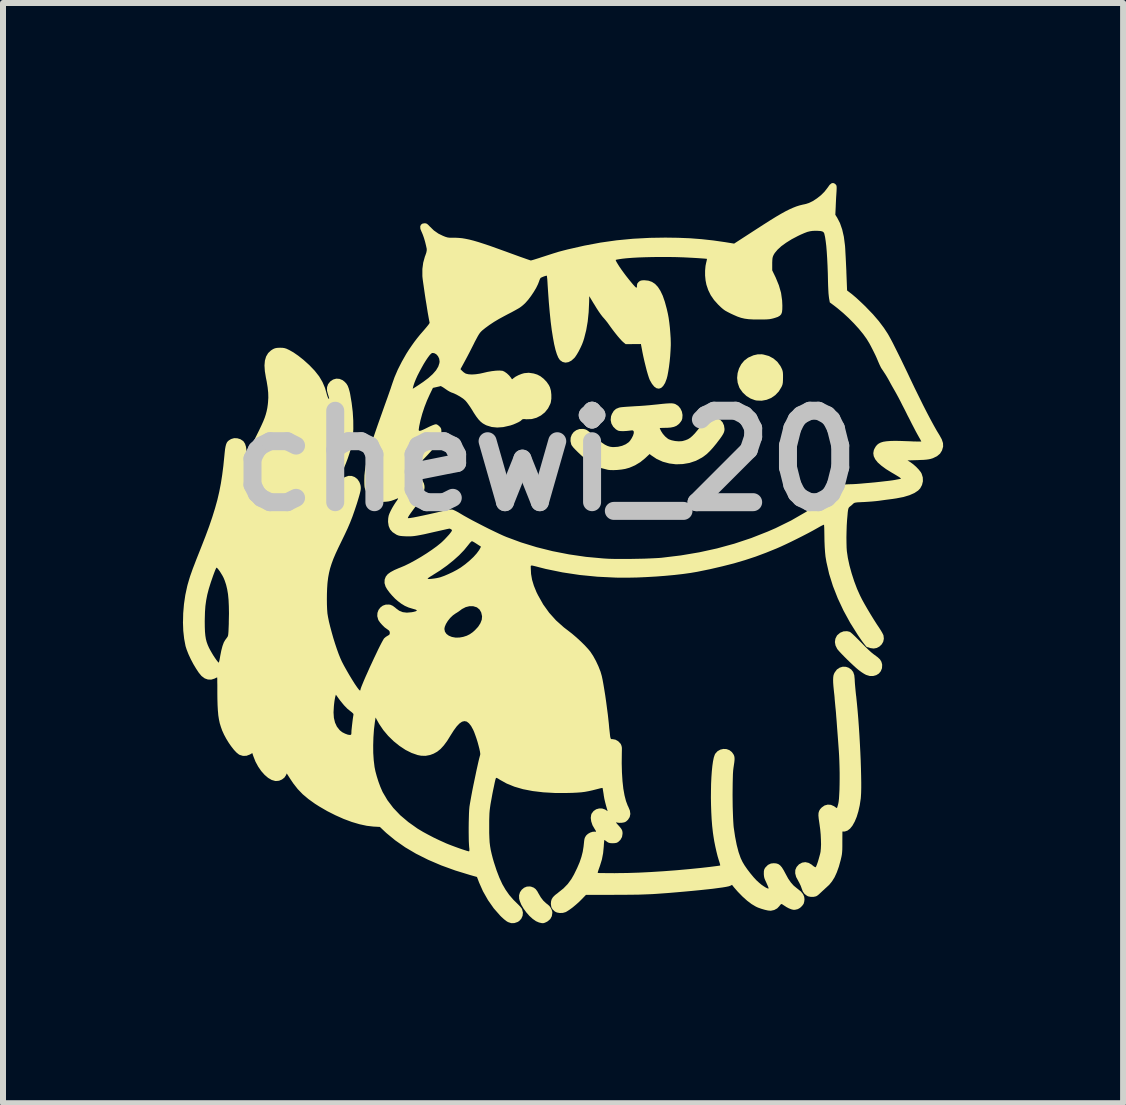
<source format=kicad_pcb>
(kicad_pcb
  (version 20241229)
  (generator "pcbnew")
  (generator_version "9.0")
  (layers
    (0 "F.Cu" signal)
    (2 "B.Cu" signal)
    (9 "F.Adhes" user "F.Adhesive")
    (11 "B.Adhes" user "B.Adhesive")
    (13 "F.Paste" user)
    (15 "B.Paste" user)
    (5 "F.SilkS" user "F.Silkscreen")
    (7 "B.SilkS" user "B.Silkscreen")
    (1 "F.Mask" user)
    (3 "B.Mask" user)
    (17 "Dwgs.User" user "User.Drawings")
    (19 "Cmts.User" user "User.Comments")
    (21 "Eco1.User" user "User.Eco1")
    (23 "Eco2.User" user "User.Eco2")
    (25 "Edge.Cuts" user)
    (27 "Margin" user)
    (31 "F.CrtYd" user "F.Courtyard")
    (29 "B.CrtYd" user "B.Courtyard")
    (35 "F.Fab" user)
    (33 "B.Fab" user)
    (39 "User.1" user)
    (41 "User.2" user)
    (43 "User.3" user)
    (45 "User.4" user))
  (footprint "chewi_20"
    (layer "F.Cu")
    (at 6.058 4.632)
    (property "Reference" "chewi_20" (at 0 0 0) (layer "Dwgs.User") (effects (font (size 1.524 1.524) (thickness 0.3))))
    (attr board_only exclude_from_pos_files exclude_from_bom)
    (fp_poly (pts (xy -0.251 7.1) (xy -0.211 7.115) (xy -0.179 7.139) (xy -0.151 7.176) (xy -0.13 7.214) (xy -0.093 7.277) (xy -0.05 7.333) (xy -0.004 7.376) (xy 0.015 7.39) (xy 0.05 7.42) (xy 0.078 7.46) (xy 0.096 7.504) (xy 0.1 7.533) (xy 0.091 7.591) (xy 0.065 7.639) (xy 0.021 7.677) (xy -0.005 7.691) (xy -0.033 7.703) (xy -0.055 7.708) (xy -0.08 7.706) (xy -0.114 7.698) (xy -0.123 7.696) (xy -0.174 7.674) (xy -0.228 7.636) (xy -0.282 7.587) (xy -0.334 7.528) (xy -0.38 7.465) (xy -0.418 7.4) (xy -0.444 7.336) (xy -0.454 7.298) (xy -0.455 7.243) (xy -0.44 7.192) (xy -0.411 7.15) (xy -0.372 7.117) (xy -0.326 7.098) (xy -0.274 7.095)) (stroke (width 0) (type solid)) (fill yes) (layer "F.SilkS"))
    (fp_poly (pts (xy 3.618 -1.772) (xy 3.707 -1.748) (xy 3.784 -1.707) (xy 3.85 -1.651) (xy 3.902 -1.58) (xy 3.917 -1.551) (xy 3.93 -1.523) (xy 3.938 -1.498) (xy 3.943 -1.47) (xy 3.945 -1.433) (xy 3.945 -1.39) (xy 3.944 -1.34) (xy 3.942 -1.304) (xy 3.937 -1.275) (xy 3.928 -1.249) (xy 3.919 -1.23) (xy 3.874 -1.156) (xy 3.816 -1.095) (xy 3.748 -1.048) (xy 3.671 -1.017) (xy 3.59 -1.002) (xy 3.506 -1.005) (xy 3.477 -1.011) (xy 3.404 -1.038) (xy 3.335 -1.081) (xy 3.274 -1.138) (xy 3.227 -1.203) (xy 3.215 -1.225) (xy 3.189 -1.302) (xy 3.18 -1.382) (xy 3.188 -1.462) (xy 3.211 -1.539) (xy 3.248 -1.609) (xy 3.298 -1.67) (xy 3.361 -1.718) (xy 3.377 -1.726) (xy 3.452 -1.759) (xy 3.522 -1.775) (xy 3.592 -1.776)) (stroke (width 0) (type solid)) (fill yes) (layer "F.SilkS"))
    (fp_poly (pts (xy 5.056 2.85) (xy 5.072 2.86) (xy 5.099 2.883) (xy 5.135 2.917) (xy 5.179 2.96) (xy 5.228 3.009) (xy 5.243 3.024) (xy 5.309 3.092) (xy 5.368 3.149) (xy 5.419 3.195) (xy 5.459 3.227) (xy 5.47 3.235) (xy 5.524 3.275) (xy 5.562 3.311) (xy 5.585 3.349) (xy 5.596 3.389) (xy 5.598 3.4) (xy 5.595 3.457) (xy 5.575 3.507) (xy 5.543 3.546) (xy 5.499 3.573) (xy 5.448 3.587) (xy 5.391 3.587) (xy 5.331 3.569) (xy 5.325 3.566) (xy 5.294 3.549) (xy 5.255 3.524) (xy 5.214 3.494) (xy 5.2 3.483) (xy 5.162 3.451) (xy 5.117 3.41) (xy 5.067 3.363) (xy 5.016 3.314) (xy 4.967 3.265) (xy 4.922 3.219) (xy 4.884 3.178) (xy 4.857 3.147) (xy 4.847 3.133) (xy 4.82 3.078) (xy 4.81 3.021) (xy 4.818 2.965) (xy 4.843 2.915) (xy 4.853 2.903) (xy 4.899 2.865) (xy 4.954 2.843) (xy 5.012 2.84)) (stroke (width 0) (type solid)) (fill yes) (layer "F.SilkS"))
    (fp_poly (pts (xy 4.994 3.434) (xy 5.038 3.449) (xy 5.083 3.48) (xy 5.115 3.521) (xy 5.133 3.574) (xy 5.14 3.642) (xy 5.14 3.646) (xy 5.141 3.674) (xy 5.144 3.719) (xy 5.149 3.775) (xy 5.155 3.839) (xy 5.162 3.907) (xy 5.165 3.926) (xy 5.177 4.044) (xy 5.189 4.171) (xy 5.2 4.304) (xy 5.21 4.442) (xy 5.219 4.582) (xy 5.227 4.723) (xy 5.234 4.862) (xy 5.24 4.996) (xy 5.244 5.125) (xy 5.247 5.246) (xy 5.249 5.356) (xy 5.249 5.454) (xy 5.247 5.537) (xy 5.243 5.603) (xy 5.241 5.629) (xy 5.224 5.742) (xy 5.201 5.844) (xy 5.173 5.936) (xy 5.14 6.015) (xy 5.103 6.081) (xy 5.063 6.131) (xy 5.02 6.164) (xy 4.976 6.179) (xy 4.963 6.18) (xy 4.935 6.18) (xy 4.934 6.363) (xy 4.934 6.431) (xy 4.933 6.484) (xy 4.93 6.527) (xy 4.926 6.564) (xy 4.919 6.6) (xy 4.91 6.639) (xy 4.907 6.653) (xy 4.876 6.765) (xy 4.842 6.86) (xy 4.805 6.941) (xy 4.763 7.009) (xy 4.715 7.068) (xy 4.678 7.102) (xy 4.641 7.136) (xy 4.602 7.172) (xy 4.57 7.202) (xy 4.541 7.229) (xy 4.514 7.25) (xy 4.495 7.26) (xy 4.454 7.269) (xy 4.408 7.269) (xy 4.366 7.261) (xy 4.345 7.251) (xy 4.304 7.22) (xy 4.276 7.181) (xy 4.256 7.129) (xy 4.255 7.125) (xy 4.24 7.084) (xy 4.218 7.038) (xy 4.2 7.005) (xy 4.164 6.938) (xy 4.148 6.876) (xy 4.15 6.82) (xy 4.171 6.771) (xy 4.21 6.728) (xy 4.214 6.725) (xy 4.264 6.698) (xy 4.317 6.69) (xy 4.371 6.702) (xy 4.423 6.732) (xy 4.434 6.742) (xy 4.461 6.763) (xy 4.482 6.774) (xy 4.49 6.774) (xy 4.499 6.758) (xy 4.511 6.728) (xy 4.525 6.688) (xy 4.539 6.641) (xy 4.552 6.594) (xy 4.564 6.55) (xy 4.571 6.516) (xy 4.576 6.462) (xy 4.579 6.393) (xy 4.577 6.314) (xy 4.573 6.229) (xy 4.565 6.144) (xy 4.554 6.062) (xy 4.55 6.035) (xy 4.54 5.966) (xy 4.535 5.912) (xy 4.537 5.87) (xy 4.547 5.836) (xy 4.564 5.807) (xy 4.59 5.779) (xy 4.591 5.778) (xy 4.638 5.745) (xy 4.691 5.731) (xy 4.744 5.735) (xy 4.796 5.758) (xy 4.807 5.766) (xy 4.828 5.781) (xy 4.842 5.788) (xy 4.844 5.789) (xy 4.848 5.778) (xy 4.856 5.753) (xy 4.865 5.72) (xy 4.872 5.684) (xy 4.878 5.631) (xy 4.882 5.563) (xy 4.886 5.484) (xy 4.888 5.395) (xy 4.889 5.3) (xy 4.889 5.202) (xy 4.887 5.102) (xy 4.884 5.004) (xy 4.88 4.911) (xy 4.876 4.845) (xy 4.865 4.692) (xy 4.855 4.558) (xy 4.846 4.442) (xy 4.839 4.343) (xy 4.832 4.26) (xy 4.827 4.191) (xy 4.822 4.137) (xy 4.82 4.12) (xy 4.815 4.067) (xy 4.81 4.014) (xy 4.806 3.968) (xy 4.805 3.95) (xy 4.801 3.906) (xy 4.795 3.854) (xy 4.79 3.805) (xy 4.785 3.754) (xy 4.781 3.697) (xy 4.78 3.65) (xy 4.782 3.606) (xy 4.787 3.574) (xy 4.798 3.544) (xy 4.808 3.526) (xy 4.843 3.479) (xy 4.889 3.448) (xy 4.94 3.432)) (stroke (width 0) (type solid)) (fill yes) (layer "F.SilkS"))
    (fp_poly (pts (xy 2.114 -0.956) (xy 2.139 -0.95) (xy 2.152 -0.945) (xy 2.198 -0.916) (xy 2.234 -0.873) (xy 2.259 -0.821) (xy 2.27 -0.764) (xy 2.266 -0.707) (xy 2.257 -0.677) (xy 2.241 -0.652) (xy 2.217 -0.622) (xy 2.203 -0.609) (xy 2.168 -0.583) (xy 2.126 -0.566) (xy 2.074 -0.555) (xy 2.008 -0.55) (xy 1.975 -0.55) (xy 1.936 -0.549) (xy 1.907 -0.548) (xy 1.891 -0.546) (xy 1.89 -0.545) (xy 1.894 -0.533) (xy 1.905 -0.511) (xy 1.91 -0.499) (xy 1.941 -0.451) (xy 1.98 -0.406) (xy 2.022 -0.371) (xy 2.041 -0.359) (xy 2.089 -0.342) (xy 2.147 -0.33) (xy 2.207 -0.325) (xy 2.261 -0.328) (xy 2.275 -0.331) (xy 2.32 -0.344) (xy 2.36 -0.36) (xy 2.397 -0.383) (xy 2.434 -0.415) (xy 2.475 -0.457) (xy 2.521 -0.512) (xy 2.555 -0.555) (xy 2.592 -0.602) (xy 2.627 -0.642) (xy 2.656 -0.674) (xy 2.678 -0.693) (xy 2.684 -0.697) (xy 2.743 -0.718) (xy 2.801 -0.721) (xy 2.855 -0.709) (xy 2.901 -0.681) (xy 2.938 -0.641) (xy 2.961 -0.589) (xy 2.97 -0.53) (xy 2.968 -0.504) (xy 2.961 -0.477) (xy 2.947 -0.447) (xy 2.925 -0.411) (xy 2.894 -0.367) (xy 2.851 -0.311) (xy 2.837 -0.292) (xy 2.777 -0.219) (xy 2.723 -0.16) (xy 2.673 -0.112) (xy 2.622 -0.073) (xy 2.594 -0.054) (xy 2.494 -0.001) (xy 2.387 0.035) (xy 2.275 0.054) (xy 2.161 0.058) (xy 2.049 0.044) (xy 1.941 0.015) (xy 1.839 -0.031) (xy 1.748 -0.092) (xy 1.721 -0.113) (xy 1.644 -0.041) (xy 1.566 0.022) (xy 1.478 0.075) (xy 1.385 0.115) (xy 1.314 0.135) (xy 1.254 0.145) (xy 1.187 0.152) (xy 1.122 0.155) (xy 1.064 0.154) (xy 1.027 0.15) (xy 0.914 0.121) (xy 0.808 0.077) (xy 0.77 0.056) (xy 0.73 0.03) (xy 0.683 -0.005) (xy 0.633 -0.046) (xy 0.582 -0.091) (xy 0.533 -0.137) (xy 0.489 -0.18) (xy 0.452 -0.219) (xy 0.427 -0.251) (xy 0.416 -0.269) (xy 0.402 -0.329) (xy 0.405 -0.386) (xy 0.424 -0.437) (xy 0.456 -0.48) (xy 0.499 -0.511) (xy 0.552 -0.53) (xy 0.611 -0.532) (xy 0.634 -0.528) (xy 0.653 -0.523) (xy 0.673 -0.513) (xy 0.697 -0.497) (xy 0.727 -0.474) (xy 0.766 -0.44) (xy 0.807 -0.403) (xy 0.873 -0.345) (xy 0.928 -0.301) (xy 0.976 -0.269) (xy 1.019 -0.248) (xy 1.061 -0.235) (xy 1.104 -0.229) (xy 1.122 -0.229) (xy 1.194 -0.234) (xy 1.262 -0.25) (xy 1.323 -0.276) (xy 1.371 -0.309) (xy 1.393 -0.332) (xy 1.422 -0.376) (xy 1.444 -0.419) (xy 1.456 -0.456) (xy 1.458 -0.484) (xy 1.456 -0.489) (xy 1.449 -0.501) (xy 1.439 -0.507) (xy 1.42 -0.507) (xy 1.386 -0.503) (xy 1.386 -0.503) (xy 1.339 -0.498) (xy 1.288 -0.495) (xy 1.263 -0.495) (xy 1.225 -0.497) (xy 1.196 -0.503) (xy 1.17 -0.518) (xy 1.159 -0.525) (xy 1.114 -0.569) (xy 1.084 -0.622) (xy 1.072 -0.68) (xy 1.078 -0.742) (xy 1.093 -0.782) (xy 1.123 -0.832) (xy 1.161 -0.866) (xy 1.212 -0.887) (xy 1.221 -0.889) (xy 1.244 -0.893) (xy 1.284 -0.897) (xy 1.336 -0.901) (xy 1.396 -0.905) (xy 1.461 -0.909) (xy 1.472 -0.91) (xy 1.549 -0.914) (xy 1.634 -0.92) (xy 1.718 -0.927) (xy 1.796 -0.935) (xy 1.847 -0.94) (xy 1.929 -0.949) (xy 1.994 -0.955) (xy 2.045 -0.958) (xy 2.084 -0.959)) (stroke (width 0) (type solid)) (fill yes) (layer "F.SilkS"))
    (fp_poly (pts (xy 4.807 -4.621) (xy 4.821 -4.609) (xy 4.831 -4.597) (xy 4.837 -4.584) (xy 4.839 -4.564) (xy 4.839 -4.534) (xy 4.837 -4.491) (xy 4.834 -4.444) (xy 4.83 -4.384) (xy 4.827 -4.319) (xy 4.824 -4.255) (xy 4.824 -4.248) (xy 4.817 -4.101) (xy 4.848 -4.053) (xy 4.894 -3.964) (xy 4.931 -3.858) (xy 4.959 -3.736) (xy 4.977 -3.598) (xy 4.979 -3.58) (xy 4.982 -3.537) (xy 4.985 -3.478) (xy 4.989 -3.407) (xy 4.993 -3.328) (xy 4.997 -3.244) (xy 5.001 -3.16) (xy 5.001 -3.147) (xy 5.013 -2.84) (xy 5.094 -2.778) (xy 5.126 -2.751) (xy 5.169 -2.714) (xy 5.218 -2.669) (xy 5.271 -2.619) (xy 5.323 -2.569) (xy 5.331 -2.56) (xy 5.444 -2.443) (xy 5.542 -2.329) (xy 5.627 -2.216) (xy 5.692 -2.117) (xy 5.712 -2.082) (xy 5.74 -2.031) (xy 5.775 -1.965) (xy 5.815 -1.885) (xy 5.861 -1.793) (xy 5.911 -1.692) (xy 5.964 -1.582) (xy 6.02 -1.466) (xy 6.066 -1.368) (xy 6.14 -1.213) (xy 6.213 -1.065) (xy 6.281 -0.927) (xy 6.346 -0.8) (xy 6.406 -0.686) (xy 6.461 -0.585) (xy 6.509 -0.5) (xy 6.55 -0.433) (xy 6.552 -0.43) (xy 6.591 -0.359) (xy 6.612 -0.296) (xy 6.614 -0.24) (xy 6.614 -0.237) (xy 6.595 -0.172) (xy 6.562 -0.119) (xy 6.512 -0.077) (xy 6.444 -0.044) (xy 6.432 -0.04) (xy 6.402 -0.031) (xy 6.371 -0.025) (xy 6.335 -0.02) (xy 6.289 -0.016) (xy 6.229 -0.014) (xy 6.193 -0.012) (xy 6.02 -0.007) (xy 6.067 0.022) (xy 6.115 0.057) (xy 6.164 0.1) (xy 6.207 0.145) (xy 6.241 0.188) (xy 6.256 0.215) (xy 6.275 0.277) (xy 6.277 0.341) (xy 6.262 0.403) (xy 6.232 0.459) (xy 6.198 0.495) (xy 6.135 0.537) (xy 6.053 0.573) (xy 5.953 0.603) (xy 5.834 0.626) (xy 5.775 0.635) (xy 5.713 0.643) (xy 5.644 0.652) (xy 5.579 0.661) (xy 5.545 0.666) (xy 5.492 0.672) (xy 5.427 0.678) (xy 5.358 0.683) (xy 5.292 0.687) (xy 5.286 0.687) (xy 5.228 0.69) (xy 5.186 0.692) (xy 5.157 0.696) (xy 5.138 0.7) (xy 5.125 0.707) (xy 5.116 0.714) (xy 5.094 0.735) (xy 5.067 0.757) (xy 5.063 0.76) (xy 5.049 0.772) (xy 5.04 0.784) (xy 5.033 0.802) (xy 5.028 0.828) (xy 5.023 0.867) (xy 5.021 0.895) (xy 5.013 0.984) (xy 5.007 1.08) (xy 5.004 1.179) (xy 5.002 1.276) (xy 5.003 1.366) (xy 5.005 1.446) (xy 5.009 1.505) (xy 5.026 1.62) (xy 5.053 1.745) (xy 5.089 1.876) (xy 5.132 2.009) (xy 5.18 2.136) (xy 5.229 2.245) (xy 5.262 2.311) (xy 5.305 2.389) (xy 5.354 2.474) (xy 5.406 2.561) (xy 5.459 2.647) (xy 5.51 2.727) (xy 5.545 2.779) (xy 5.572 2.821) (xy 5.596 2.861) (xy 5.613 2.894) (xy 5.62 2.911) (xy 5.626 2.966) (xy 5.615 3.017) (xy 5.589 3.061) (xy 5.552 3.096) (xy 5.507 3.12) (xy 5.456 3.129) (xy 5.402 3.122) (xy 5.385 3.116) (xy 5.362 3.108) (xy 5.348 3.106) (xy 5.347 3.106) (xy 5.339 3.102) (xy 5.321 3.082) (xy 5.296 3.05) (xy 5.264 3.008) (xy 5.229 2.957) (xy 5.192 2.903) (xy 5.065 2.701) (xy 4.953 2.496) (xy 4.857 2.291) (xy 4.777 2.087) (xy 4.714 1.886) (xy 4.669 1.689) (xy 4.653 1.595) (xy 4.646 1.523) (xy 4.64 1.436) (xy 4.636 1.337) (xy 4.635 1.273) (xy 4.634 1.211) (xy 4.633 1.157) (xy 4.632 1.112) (xy 4.63 1.081) (xy 4.629 1.066) (xy 4.628 1.065) (xy 4.618 1.068) (xy 4.594 1.079) (xy 4.56 1.097) (xy 4.518 1.121) (xy 4.509 1.126) (xy 4.443 1.163) (xy 4.363 1.206) (xy 4.274 1.252) (xy 4.179 1.3) (xy 4.084 1.347) (xy 3.992 1.391) (xy 3.908 1.43) (xy 3.837 1.461) (xy 3.837 1.461) (xy 3.662 1.532) (xy 3.488 1.597) (xy 3.312 1.655) (xy 3.129 1.709) (xy 2.936 1.758) (xy 2.73 1.806) (xy 2.515 1.85) (xy 2.403 1.869) (xy 2.274 1.887) (xy 2.133 1.903) (xy 1.982 1.917) (xy 1.826 1.929) (xy 1.668 1.938) (xy 1.512 1.945) (xy 1.361 1.948) (xy 1.22 1.948) (xy 1.161 1.947) (xy 0.852 1.932) (xy 0.556 1.903) (xy 0.27 1.86) (xy -0.008 1.803) (xy -0.11 1.777) (xy -0.167 1.762) (xy -0.208 1.752) (xy -0.235 1.746) (xy -0.251 1.746) (xy -0.258 1.75) (xy -0.261 1.76) (xy -0.26 1.776) (xy -0.26 1.788) (xy -0.255 1.887) (xy -0.238 1.984) (xy -0.208 2.083) (xy -0.165 2.189) (xy -0.139 2.241) (xy -0.053 2.394) (xy 0.047 2.533) (xy 0.161 2.66) (xy 0.292 2.777) (xy 0.355 2.825) (xy 0.427 2.881) (xy 0.501 2.944) (xy 0.574 3.011) (xy 0.64 3.076) (xy 0.697 3.138) (xy 0.732 3.18) (xy 0.779 3.251) (xy 0.826 3.336) (xy 0.868 3.426) (xy 0.903 3.515) (xy 0.924 3.588) (xy 0.937 3.649) (xy 0.951 3.726) (xy 0.966 3.815) (xy 0.982 3.915) (xy 0.997 4.02) (xy 1.011 4.127) (xy 1.025 4.233) (xy 1.036 4.334) (xy 1.041 4.379) (xy 1.048 4.458) (xy 1.055 4.519) (xy 1.06 4.565) (xy 1.064 4.598) (xy 1.069 4.619) (xy 1.074 4.632) (xy 1.08 4.638) (xy 1.088 4.64) (xy 1.099 4.64) (xy 1.106 4.64) (xy 1.153 4.649) (xy 1.197 4.674) (xy 1.232 4.71) (xy 1.24 4.721) (xy 1.249 4.741) (xy 1.255 4.76) (xy 1.259 4.785) (xy 1.259 4.821) (xy 1.258 4.871) (xy 1.258 4.873) (xy 1.256 5.041) (xy 1.26 5.196) (xy 1.269 5.338) (xy 1.283 5.466) (xy 1.303 5.577) (xy 1.327 5.671) (xy 1.356 5.748) (xy 1.365 5.765) (xy 1.392 5.83) (xy 1.4 5.887) (xy 1.389 5.939) (xy 1.36 5.984) (xy 1.327 6.014) (xy 1.298 6.027) (xy 1.257 6.034) (xy 1.214 6.035) (xy 1.176 6.03) (xy 1.165 6.026) (xy 1.161 6.028) (xy 1.169 6.041) (xy 1.189 6.064) (xy 1.191 6.066) (xy 1.226 6.105) (xy 1.249 6.135) (xy 1.263 6.161) (xy 1.269 6.188) (xy 1.27 6.216) (xy 1.261 6.271) (xy 1.234 6.319) (xy 1.197 6.354) (xy 1.173 6.367) (xy 1.143 6.373) (xy 1.106 6.375) (xy 1.067 6.373) (xy 1.04 6.367) (xy 1.016 6.354) (xy 1.007 6.347) (xy 0.985 6.331) (xy 0.97 6.321) (xy 0.967 6.32) (xy 0.965 6.329) (xy 0.962 6.355) (xy 0.959 6.392) (xy 0.957 6.428) (xy 0.946 6.541) (xy 0.926 6.645) (xy 0.894 6.749) (xy 0.885 6.775) (xy 0.871 6.814) (xy 0.861 6.845) (xy 0.856 6.865) (xy 0.856 6.869) (xy 0.867 6.871) (xy 0.895 6.872) (xy 0.939 6.872) (xy 0.995 6.873) (xy 1.062 6.873) (xy 1.136 6.874) (xy 1.178 6.873) (xy 1.351 6.871) (xy 1.539 6.865) (xy 1.739 6.855) (xy 1.947 6.842) (xy 2.16 6.826) (xy 2.372 6.807) (xy 2.581 6.786) (xy 2.73 6.769) (xy 2.785 6.762) (xy 2.832 6.756) (xy 2.869 6.751) (xy 2.892 6.747) (xy 2.898 6.745) (xy 2.897 6.735) (xy 2.891 6.71) (xy 2.88 6.675) (xy 2.876 6.663) (xy 2.856 6.597) (xy 2.836 6.517) (xy 2.816 6.428) (xy 2.798 6.338) (xy 2.784 6.25) (xy 2.776 6.194) (xy 2.764 6.087) (xy 2.755 5.973) (xy 2.749 5.856) (xy 2.745 5.736) (xy 2.743 5.616) (xy 2.744 5.498) (xy 2.746 5.384) (xy 2.751 5.276) (xy 2.758 5.176) (xy 2.767 5.087) (xy 2.778 5.01) (xy 2.791 4.947) (xy 2.806 4.902) (xy 2.815 4.883) (xy 2.853 4.841) (xy 2.899 4.815) (xy 2.95 4.803) (xy 3.002 4.805) (xy 3.051 4.823) (xy 3.092 4.855) (xy 3.118 4.891) (xy 3.128 4.911) (xy 3.134 4.931) (xy 3.137 4.954) (xy 3.137 4.984) (xy 3.133 5.025) (xy 3.125 5.079) (xy 3.119 5.12) (xy 3.114 5.162) (xy 3.11 5.221) (xy 3.108 5.294) (xy 3.106 5.378) (xy 3.105 5.47) (xy 3.104 5.566) (xy 3.105 5.665) (xy 3.106 5.762) (xy 3.109 5.855) (xy 3.112 5.941) (xy 3.116 6.017) (xy 3.12 6.079) (xy 3.123 6.11) (xy 3.146 6.265) (xy 3.173 6.403) (xy 3.204 6.522) (xy 3.239 6.622) (xy 3.27 6.687) (xy 3.304 6.744) (xy 3.349 6.809) (xy 3.401 6.877) (xy 3.455 6.942) (xy 3.508 6.999) (xy 3.51 7) (xy 3.546 7.033) (xy 3.584 7.065) (xy 3.623 7.092) (xy 3.658 7.114) (xy 3.685 7.127) (xy 3.702 7.13) (xy 3.705 7.129) (xy 3.703 7.118) (xy 3.694 7.093) (xy 3.679 7.059) (xy 3.668 7.034) (xy 3.647 6.989) (xy 3.634 6.955) (xy 3.628 6.925) (xy 3.625 6.893) (xy 3.625 6.879) (xy 3.626 6.84) (xy 3.632 6.813) (xy 3.643 6.791) (xy 3.653 6.777) (xy 3.694 6.736) (xy 3.743 6.713) (xy 3.79 6.708) (xy 3.831 6.711) (xy 3.866 6.722) (xy 3.896 6.743) (xy 3.926 6.777) (xy 3.956 6.825) (xy 3.988 6.885) (xy 4.031 6.964) (xy 4.075 7.028) (xy 4.122 7.081) (xy 4.178 7.127) (xy 4.191 7.137) (xy 4.244 7.18) (xy 4.279 7.223) (xy 4.298 7.267) (xy 4.303 7.31) (xy 4.299 7.346) (xy 4.29 7.38) (xy 4.287 7.387) (xy 4.262 7.421) (xy 4.229 7.452) (xy 4.194 7.472) (xy 4.182 7.476) (xy 4.158 7.481) (xy 4.144 7.485) (xy 4.118 7.485) (xy 4.082 7.476) (xy 4.04 7.459) (xy 3.999 7.437) (xy 3.992 7.432) (xy 3.961 7.412) (xy 3.937 7.396) (xy 3.924 7.388) (xy 3.911 7.391) (xy 3.894 7.409) (xy 3.886 7.421) (xy 3.848 7.461) (xy 3.798 7.488) (xy 3.743 7.5) (xy 3.735 7.5) (xy 3.693 7.496) (xy 3.64 7.484) (xy 3.582 7.467) (xy 3.526 7.447) (xy 3.492 7.431) (xy 3.421 7.389) (xy 3.346 7.332) (xy 3.268 7.262) (xy 3.191 7.183) (xy 3.129 7.112) (xy 3.095 7.069) (xy 3.063 7.085) (xy 3.039 7.093) (xy 2.996 7.102) (xy 2.936 7.112) (xy 2.861 7.122) (xy 2.772 7.134) (xy 2.67 7.145) (xy 2.557 7.157) (xy 2.434 7.169) (xy 2.304 7.181) (xy 2.166 7.193) (xy 2.024 7.205) (xy 1.925 7.212) (xy 1.843 7.218) (xy 1.766 7.223) (xy 1.691 7.226) (xy 1.614 7.229) (xy 1.532 7.232) (xy 1.441 7.233) (xy 1.339 7.234) (xy 1.222 7.235) (xy 1.142 7.235) (xy 0.66 7.236) (xy 0.592 7.306) (xy 0.544 7.354) (xy 0.491 7.401) (xy 0.437 7.446) (xy 0.386 7.483) (xy 0.343 7.511) (xy 0.321 7.523) (xy 0.275 7.536) (xy 0.224 7.538) (xy 0.177 7.53) (xy 0.143 7.514) (xy 0.105 7.479) (xy 0.083 7.441) (xy 0.076 7.394) (xy 0.075 7.382) (xy 0.079 7.34) (xy 0.09 7.305) (xy 0.111 7.273) (xy 0.145 7.239) (xy 0.195 7.201) (xy 0.195 7.2) (xy 0.284 7.129) (xy 0.356 7.055) (xy 0.417 6.972) (xy 0.461 6.895) (xy 0.513 6.788) (xy 0.554 6.693) (xy 0.584 6.604) (xy 0.606 6.518) (xy 0.62 6.431) (xy 0.625 6.384) (xy 0.63 6.337) (xy 0.635 6.304) (xy 0.643 6.28) (xy 0.655 6.259) (xy 0.666 6.243) (xy 0.694 6.218) (xy 0.731 6.197) (xy 0.771 6.184) (xy 0.805 6.182) (xy 0.823 6.184) (xy 0.828 6.179) (xy 0.822 6.164) (xy 0.805 6.137) (xy 0.769 6.075) (xy 0.748 6.012) (xy 0.74 5.953) (xy 0.747 5.901) (xy 0.755 5.88) (xy 0.787 5.838) (xy 0.83 5.809) (xy 0.88 5.795) (xy 0.931 5.796) (xy 0.98 5.813) (xy 1.004 5.829) (xy 1.018 5.839) (xy 1.02 5.835) (xy 1.017 5.825) (xy 0.996 5.752) (xy 0.98 5.691) (xy 0.967 5.636) (xy 0.957 5.579) (xy 0.955 5.561) (xy 0.948 5.518) (xy 0.942 5.482) (xy 0.938 5.459) (xy 0.936 5.453) (xy 0.926 5.454) (xy 0.9 5.459) (xy 0.864 5.468) (xy 0.837 5.475) (xy 0.766 5.493) (xy 0.703 5.507) (xy 0.643 5.518) (xy 0.581 5.526) (xy 0.513 5.531) (xy 0.433 5.535) (xy 0.348 5.537) (xy 0.14 5.537) (xy -0.052 5.526) (xy -0.228 5.505) (xy -0.389 5.474) (xy -0.533 5.432) (xy -0.661 5.38) (xy -0.773 5.318) (xy -0.788 5.308) (xy -0.814 5.292) (xy -0.833 5.285) (xy -0.839 5.286) (xy -0.845 5.3) (xy -0.853 5.329) (xy -0.863 5.373) (xy -0.874 5.427) (xy -0.887 5.488) (xy -0.9 5.553) (xy -0.912 5.62) (xy -0.924 5.685) (xy -0.932 5.73) (xy -0.939 5.78) (xy -0.945 5.827) (xy -0.949 5.876) (xy -0.951 5.931) (xy -0.953 5.996) (xy -0.953 6.075) (xy -0.953 6.105) (xy -0.953 6.203) (xy -0.95 6.286) (xy -0.946 6.359) (xy -0.938 6.424) (xy -0.927 6.488) (xy -0.912 6.554) (xy -0.893 6.628) (xy -0.875 6.69) (xy -0.83 6.828) (xy -0.784 6.948) (xy -0.735 7.055) (xy -0.68 7.15) (xy -0.619 7.237) (xy -0.549 7.318) (xy -0.469 7.397) (xy -0.461 7.405) (xy -0.434 7.433) (xy -0.412 7.461) (xy -0.404 7.477) (xy -0.391 7.531) (xy -0.396 7.584) (xy -0.418 7.633) (xy -0.454 7.672) (xy -0.48 7.688) (xy -0.533 7.706) (xy -0.586 7.707) (xy -0.64 7.689) (xy -0.668 7.672) (xy -0.706 7.642) (xy -0.749 7.603) (xy -0.77 7.582) (xy -0.877 7.46) (xy -0.973 7.323) (xy -1.057 7.175) (xy -1.121 7.031) (xy -1.157 6.937) (xy -1.271 6.905) (xy -1.519 6.829) (xy -1.753 6.744) (xy -1.97 6.651) (xy -2.17 6.551) (xy -2.353 6.443) (xy -2.519 6.327) (xy -2.667 6.205) (xy -2.693 6.181) (xy -2.775 6.103) (xy -2.885 6.097) (xy -2.995 6.084) (xy -3.115 6.058) (xy -3.244 6.02) (xy -3.378 5.97) (xy -3.515 5.909) (xy -3.652 5.84) (xy -3.786 5.762) (xy -3.857 5.717) (xy -3.967 5.638) (xy -4.062 5.558) (xy -4.145 5.472) (xy -4.22 5.376) (xy -4.271 5.3) (xy -4.328 5.211) (xy -4.34 5.24) (xy -4.367 5.281) (xy -4.407 5.312) (xy -4.456 5.333) (xy -4.507 5.338) (xy -4.52 5.337) (xy -4.579 5.32) (xy -4.639 5.285) (xy -4.697 5.235) (xy -4.753 5.172) (xy -4.804 5.098) (xy -4.849 5.015) (xy -4.884 4.926) (xy -4.885 4.923) (xy -4.902 4.872) (xy -4.943 4.896) (xy -4.999 4.917) (xy -5.057 4.919) (xy -5.113 4.902) (xy -5.131 4.891) (xy -5.167 4.862) (xy -5.208 4.818) (xy -5.252 4.762) (xy -5.267 4.741) (xy -2.887 4.741) (xy -2.886 4.87) (xy -2.878 4.991) (xy -2.865 5.097) (xy -2.865 5.1) (xy -2.85 5.175) (xy -2.827 5.26) (xy -2.799 5.349) (xy -2.768 5.433) (xy -2.736 5.507) (xy -2.728 5.524) (xy -2.649 5.658) (xy -2.552 5.786) (xy -2.436 5.908) (xy -2.301 6.022) (xy -2.149 6.13) (xy -2.126 6.144) (xy -2.054 6.187) (xy -1.969 6.233) (xy -1.877 6.281) (xy -1.783 6.326) (xy -1.692 6.367) (xy -1.675 6.375) (xy -1.631 6.393) (xy -1.579 6.413) (xy -1.523 6.434) (xy -1.465 6.455) (xy -1.411 6.474) (xy -1.362 6.49) (xy -1.324 6.502) (xy -1.298 6.509) (xy -1.292 6.51) (xy -1.285 6.506) (xy -1.283 6.491) (xy -1.284 6.462) (xy -1.287 6.438) (xy -1.29 6.395) (xy -1.293 6.337) (xy -1.294 6.268) (xy -1.295 6.19) (xy -1.295 6.109) (xy -1.294 6.028) (xy -1.292 5.95) (xy -1.29 5.879) (xy -1.287 5.82) (xy -1.283 5.775) (xy -1.282 5.765) (xy -1.274 5.715) (xy -1.263 5.653) (xy -1.25 5.58) (xy -1.235 5.5) (xy -1.218 5.415) (xy -1.2 5.329) (xy -1.182 5.243) (xy -1.165 5.161) (xy -1.148 5.085) (xy -1.133 5.018) (xy -1.12 4.963) (xy -1.109 4.922) (xy -1.103 4.901) (xy -1.102 4.881) (xy -1.107 4.846) (xy -1.117 4.799) (xy -1.131 4.745) (xy -1.147 4.686) (xy -1.166 4.626) (xy -1.186 4.569) (xy -1.205 4.518) (xy -1.22 4.484) (xy -1.255 4.42) (xy -1.291 4.375) (xy -1.327 4.347) (xy -1.366 4.339) (xy -1.406 4.349) (xy -1.448 4.378) (xy -1.494 4.426) (xy -1.544 4.494) (xy -1.598 4.579) (xy -1.655 4.671) (xy -1.71 4.745) (xy -1.764 4.804) (xy -1.82 4.849) (xy -1.88 4.882) (xy -1.939 4.904) (xy -2.013 4.918) (xy -2.088 4.916) (xy -2.145 4.905) (xy -2.246 4.87) (xy -2.348 4.819) (xy -2.449 4.752) (xy -2.546 4.674) (xy -2.637 4.585) (xy -2.718 4.489) (xy -2.787 4.387) (xy -2.808 4.35) (xy -2.847 4.279) (xy -2.859 4.357) (xy -2.874 4.479) (xy -2.883 4.609) (xy -2.887 4.741) (xy -5.267 4.741) (xy -5.296 4.699) (xy -5.337 4.632) (xy -5.373 4.565) (xy -5.402 4.501) (xy -5.403 4.5) (xy -5.425 4.438) (xy -5.444 4.377) (xy -5.458 4.312) (xy -5.469 4.242) (xy -5.473 4.194) (xy -3.548 4.194) (xy -3.542 4.285) (xy -3.523 4.364) (xy -3.492 4.431) (xy -3.447 4.488) (xy -3.441 4.494) (xy -3.403 4.524) (xy -3.356 4.548) (xy -3.31 4.565) (xy -3.277 4.57) (xy -3.261 4.568) (xy -3.253 4.56) (xy -3.25 4.54) (xy -3.25 4.526) (xy -3.249 4.499) (xy -3.245 4.46) (xy -3.24 4.413) (xy -3.234 4.362) (xy -3.228 4.313) (xy -3.222 4.271) (xy -3.217 4.24) (xy -3.215 4.229) (xy -3.22 4.214) (xy -3.243 4.192) (xy -3.265 4.175) (xy -3.318 4.132) (xy -3.375 4.073) (xy -3.437 3.997) (xy -3.463 3.962) (xy -3.509 3.898) (xy -3.52 3.937) (xy -3.525 3.962) (xy -3.532 4.002) (xy -3.538 4.05) (xy -3.542 4.088) (xy -3.548 4.194) (xy -5.473 4.194) (xy -5.476 4.163) (xy -5.481 4.073) (xy -5.484 3.968) (xy -5.485 3.873) (xy -5.485 3.802) (xy -5.485 3.739) (xy -5.486 3.686) (xy -5.486 3.645) (xy -5.487 3.619) (xy -5.488 3.61) (xy -5.498 3.614) (xy -5.519 3.624) (xy -5.53 3.63) (xy -5.585 3.647) (xy -5.641 3.646) (xy -5.695 3.627) (xy -5.745 3.59) (xy -5.752 3.583) (xy -5.795 3.531) (xy -5.84 3.463) (xy -5.886 3.386) (xy -5.929 3.304) (xy -5.967 3.222) (xy -5.997 3.145) (xy -6.015 3.088) (xy -6.038 2.967) (xy -6.053 2.833) (xy -6.058 2.689) (xy -6.057 2.675) (xy -5.695 2.675) (xy -5.694 2.769) (xy -5.691 2.848) (xy -5.685 2.913) (xy -5.676 2.969) (xy -5.663 3.02) (xy -5.645 3.07) (xy -5.624 3.117) (xy -5.604 3.155) (xy -5.58 3.197) (xy -5.554 3.241) (xy -5.527 3.282) (xy -5.502 3.318) (xy -5.481 3.345) (xy -5.467 3.361) (xy -5.46 3.363) (xy -5.456 3.35) (xy -5.449 3.322) (xy -5.442 3.284) (xy -5.437 3.254) (xy -5.419 3.163) (xy -5.399 3.087) (xy -5.377 3.027) (xy -5.355 2.989) (xy -5.335 2.962) (xy -5.318 2.938) (xy -5.315 2.934) (xy -5.31 2.923) (xy -5.305 2.906) (xy -5.302 2.879) (xy -5.299 2.84) (xy -5.297 2.788) (xy -5.294 2.718) (xy -5.294 2.684) (xy -5.291 2.545) (xy -5.293 2.423) (xy -5.298 2.316) (xy -5.307 2.223) (xy -5.321 2.14) (xy -5.339 2.065) (xy -5.362 1.996) (xy -5.38 1.952) (xy -5.398 1.917) (xy -5.421 1.879) (xy -5.444 1.842) (xy -5.467 1.811) (xy -5.486 1.789) (xy -5.498 1.78) (xy -5.498 1.78) (xy -5.505 1.789) (xy -5.516 1.813) (xy -5.531 1.85) (xy -5.548 1.895) (xy -5.554 1.911) (xy -5.595 2.03) (xy -5.628 2.136) (xy -5.653 2.233) (xy -5.671 2.326) (xy -5.684 2.42) (xy -5.691 2.519) (xy -5.694 2.628) (xy -5.695 2.675) (xy -6.057 2.675) (xy -6.054 2.54) (xy -6.041 2.388) (xy -6.019 2.238) (xy -5.988 2.094) (xy -5.981 2.066) (xy -5.967 2.018) (xy -5.953 1.97) (xy -5.937 1.919) (xy -5.917 1.863) (xy -5.895 1.8) (xy -5.867 1.728) (xy -5.835 1.644) (xy -5.796 1.546) (xy -5.752 1.435) (xy -5.682 1.256) (xy -5.621 1.091) (xy -5.569 0.938) (xy -5.524 0.793) (xy -5.485 0.653) (xy -5.453 0.516) (xy -5.426 0.377) (xy -5.404 0.235) (xy -5.385 0.087) (xy -5.371 -0.051) (xy -5.363 -0.132) (xy -5.356 -0.195) (xy -5.347 -0.244) (xy -5.337 -0.28) (xy -5.324 -0.308) (xy -5.307 -0.329) (xy -5.286 -0.345) (xy -5.259 -0.361) (xy -5.253 -0.364) (xy -5.205 -0.378) (xy -5.152 -0.376) (xy -5.1 -0.36) (xy -5.056 -0.331) (xy -5.047 -0.322) (xy -5.023 -0.284) (xy -5.007 -0.233) (xy -5 -0.177) (xy -5 -0.174) (xy -4.997 -0.135) (xy -4.987 -0.112) (xy -4.985 -0.11) (xy -4.974 -0.104) (xy -4.97 -0.114) (xy -4.97 -0.121) (xy -4.966 -0.136) (xy -4.954 -0.166) (xy -4.934 -0.209) (xy -4.909 -0.263) (xy -4.88 -0.324) (xy -4.847 -0.392) (xy -4.835 -0.415) (xy -4.788 -0.51) (xy -4.75 -0.59) (xy -4.719 -0.659) (xy -4.695 -0.719) (xy -4.677 -0.774) (xy -4.663 -0.827) (xy -4.652 -0.88) (xy -4.644 -0.936) (xy -4.64 -0.975) (xy -4.635 -1.053) (xy -4.637 -1.134) (xy -4.646 -1.222) (xy -4.662 -1.322) (xy -4.675 -1.385) (xy -4.693 -1.495) (xy -4.699 -1.59) (xy -4.692 -1.671) (xy -4.672 -1.739) (xy -4.638 -1.796) (xy -4.591 -1.84) (xy -4.555 -1.863) (xy -4.524 -1.876) (xy -4.489 -1.883) (xy -4.441 -1.885) (xy -4.44 -1.885) (xy -4.399 -1.884) (xy -4.366 -1.879) (xy -4.333 -1.869) (xy -4.293 -1.85) (xy -4.29 -1.849) (xy -4.217 -1.808) (xy -4.136 -1.752) (xy -4.05 -1.684) (xy -3.961 -1.604) (xy -3.953 -1.597) (xy -3.862 -1.502) (xy -3.788 -1.408) (xy -3.732 -1.313) (xy -3.69 -1.214) (xy -3.669 -1.143) (xy -3.658 -1.102) (xy -3.647 -1.068) (xy -3.637 -1.045) (xy -3.634 -1.04) (xy -3.624 -1.032) (xy -3.621 -1.039) (xy -3.626 -1.061) (xy -3.638 -1.1) (xy -3.64 -1.105) (xy -3.657 -1.171) (xy -3.656 -1.228) (xy -3.639 -1.277) (xy -3.605 -1.32) (xy -3.604 -1.322) (xy -3.555 -1.355) (xy -3.502 -1.37) (xy -3.448 -1.366) (xy -3.396 -1.344) (xy -3.362 -1.317) (xy -3.333 -1.286) (xy -3.311 -1.25) (xy -3.294 -1.205) (xy -3.278 -1.147) (xy -3.271 -1.114) (xy -3.246 -0.966) (xy -3.228 -0.817) (xy -3.219 -0.671) (xy -3.218 -0.53) (xy -3.225 -0.4) (xy -3.24 -0.283) (xy -3.246 -0.257) (xy -3.261 -0.195) (xy -3.284 -0.12) (xy -3.311 -0.039) (xy -3.342 0.043) (xy -3.371 0.112) (xy -3.389 0.155) (xy -3.399 0.185) (xy -3.404 0.206) (xy -3.403 0.225) (xy -3.399 0.245) (xy -3.388 0.287) (xy -3.352 0.269) (xy -3.299 0.251) (xy -3.245 0.252) (xy -3.196 0.27) (xy -3.152 0.303) (xy -3.119 0.35) (xy -3.104 0.388) (xy -3.097 0.414) (xy -3.094 0.439) (xy -3.094 0.466) (xy -3.098 0.498) (xy -3.107 0.537) (xy -3.121 0.588) (xy -3.14 0.652) (xy -3.159 0.714) (xy -3.197 0.828) (xy -3.233 0.931) (xy -3.271 1.028) (xy -3.313 1.126) (xy -3.361 1.229) (xy -3.41 1.33) (xy -3.466 1.445) (xy -3.513 1.546) (xy -3.551 1.635) (xy -3.581 1.717) (xy -3.605 1.793) (xy -3.623 1.867) (xy -3.637 1.942) (xy -3.647 2.021) (xy -3.65 2.052) (xy -3.655 2.13) (xy -3.658 2.217) (xy -3.659 2.307) (xy -3.658 2.395) (xy -3.655 2.474) (xy -3.65 2.54) (xy -3.65 2.542) (xy -3.64 2.603) (xy -3.625 2.678) (xy -3.604 2.764) (xy -3.579 2.857) (xy -3.552 2.953) (xy -3.522 3.049) (xy -3.492 3.139) (xy -3.462 3.222) (xy -3.435 3.289) (xy -3.409 3.347) (xy -3.373 3.416) (xy -3.331 3.491) (xy -3.286 3.569) (xy -3.24 3.645) (xy -3.196 3.715) (xy -3.155 3.775) (xy -3.127 3.812) (xy -3.111 3.828) (xy -3.101 3.827) (xy -3.1 3.819) (xy -3.096 3.801) (xy -3.084 3.767) (xy -3.065 3.72) (xy -3.041 3.662) (xy -3.012 3.595) (xy -2.979 3.522) (xy -2.945 3.445) (xy -2.908 3.366) (xy -2.872 3.288) (xy -2.836 3.213) (xy -2.803 3.143) (xy -2.772 3.081) (xy -2.745 3.029) (xy -2.723 2.989) (xy -2.708 2.964) (xy -2.703 2.958) (xy -2.675 2.934) (xy -2.644 2.915) (xy -2.644 2.915) (xy -2.62 2.901) (xy -2.611 2.883) (xy -2.61 2.867) (xy -2.613 2.846) (xy -2.624 2.829) (xy -2.649 2.81) (xy -2.654 2.807) (xy -2.659 2.803) (xy -1.7 2.803) (xy -1.691 2.848) (xy -1.665 2.886) (xy -1.626 2.915) (xy -1.575 2.936) (xy -1.515 2.947) (xy -1.449 2.946) (xy -1.387 2.935) (xy -1.327 2.916) (xy -1.277 2.891) (xy -1.228 2.857) (xy -1.191 2.824) (xy -1.138 2.767) (xy -1.1 2.708) (xy -1.077 2.649) (xy -1.072 2.594) (xy -1.072 2.591) (xy -1.086 2.528) (xy -1.113 2.48) (xy -1.154 2.446) (xy -1.16 2.442) (xy -1.218 2.424) (xy -1.281 2.423) (xy -1.345 2.439) (xy -1.407 2.471) (xy -1.435 2.492) (xy -1.462 2.512) (xy -1.496 2.534) (xy -1.51 2.542) (xy -1.558 2.576) (xy -1.603 2.619) (xy -1.643 2.669) (xy -1.674 2.72) (xy -1.694 2.768) (xy -1.7 2.803) (xy -2.659 2.803) (xy -2.695 2.777) (xy -2.736 2.737) (xy -2.772 2.696) (xy -2.799 2.657) (xy -2.804 2.645) (xy -2.819 2.589) (xy -2.816 2.535) (xy -2.798 2.486) (xy -2.767 2.445) (xy -2.726 2.414) (xy -2.677 2.397) (xy -2.623 2.396) (xy -2.599 2.4) (xy -2.561 2.417) (xy -2.519 2.448) (xy -2.506 2.46) (xy -2.453 2.499) (xy -2.393 2.523) (xy -2.325 2.531) (xy -2.246 2.524) (xy -2.218 2.519) (xy -2.18 2.509) (xy -2.161 2.499) (xy -2.162 2.489) (xy -2.183 2.479) (xy -2.222 2.468) (xy -2.295 2.446) (xy -2.359 2.418) (xy -2.421 2.38) (xy -2.471 2.342) (xy -2.521 2.299) (xy -2.571 2.247) (xy -2.617 2.193) (xy -2.655 2.141) (xy -2.681 2.096) (xy -2.681 2.095) (xy -2.698 2.038) (xy -2.696 1.981) (xy -2.69 1.964) (xy -1.98 1.964) (xy -1.971 1.969) (xy -1.947 1.97) (xy -1.912 1.967) (xy -1.871 1.962) (xy -1.827 1.955) (xy -1.786 1.946) (xy -1.765 1.94) (xy -1.703 1.918) (xy -1.633 1.888) (xy -1.56 1.854) (xy -1.492 1.818) (xy -1.436 1.784) (xy -1.429 1.78) (xy -1.352 1.724) (xy -1.28 1.664) (xy -1.215 1.603) (xy -1.162 1.544) (xy -1.122 1.49) (xy -1.109 1.468) (xy -1.09 1.431) (xy -1.159 1.386) (xy -1.193 1.364) (xy -1.221 1.348) (xy -1.239 1.34) (xy -1.242 1.34) (xy -1.254 1.348) (xy -1.274 1.368) (xy -1.297 1.397) (xy -1.305 1.407) (xy -1.372 1.489) (xy -1.455 1.575) (xy -1.551 1.661) (xy -1.657 1.746) (xy -1.771 1.827) (xy -1.89 1.902) (xy -1.892 1.904) (xy -1.929 1.926) (xy -1.958 1.945) (xy -1.976 1.959) (xy -1.98 1.964) (xy -2.69 1.964) (xy -2.677 1.93) (xy -2.644 1.889) (xy -2.597 1.855) (xy -2.534 1.821) (xy -2.458 1.788) (xy -2.437 1.78) (xy -2.363 1.749) (xy -2.277 1.707) (xy -2.185 1.657) (xy -2.089 1.601) (xy -1.995 1.542) (xy -1.905 1.481) (xy -1.825 1.423) (xy -1.757 1.368) (xy -1.733 1.346) (xy -1.694 1.308) (xy -1.656 1.267) (xy -1.623 1.231) (xy -1.609 1.214) (xy -1.587 1.185) (xy -1.576 1.167) (xy -1.574 1.156) (xy -1.58 1.147) (xy -1.585 1.144) (xy -1.604 1.133) (xy -1.615 1.13) (xy -1.628 1.132) (xy -1.657 1.138) (xy -1.7 1.148) (xy -1.754 1.16) (xy -1.816 1.174) (xy -1.861 1.184) (xy -1.957 1.206) (xy -2.036 1.224) (xy -2.102 1.237) (xy -2.157 1.247) (xy -2.204 1.254) (xy -2.246 1.258) (xy -2.286 1.259) (xy -2.326 1.259) (xy -2.351 1.258) (xy -2.403 1.255) (xy -2.44 1.251) (xy -2.469 1.244) (xy -2.496 1.233) (xy -2.506 1.227) (xy -2.564 1.189) (xy -2.605 1.143) (xy -2.629 1.086) (xy -2.639 1.018) (xy -2.638 0.989) (xy -2.636 0.954) (xy -2.309 0.954) (xy -2.308 0.955) (xy -2.295 0.956) (xy -2.263 0.952) (xy -2.214 0.944) (xy -2.148 0.931) (xy -2.066 0.914) (xy -1.969 0.893) (xy -1.858 0.868) (xy -1.733 0.839) (xy -1.667 0.824) (xy -1.627 0.816) (xy -1.589 0.812) (xy -1.565 0.813) (xy -1.543 0.821) (xy -1.509 0.837) (xy -1.468 0.859) (xy -1.428 0.883) (xy -1.374 0.915) (xy -1.306 0.953) (xy -1.227 0.996) (xy -1.14 1.041) (xy -1.049 1.088) (xy -0.958 1.134) (xy -0.869 1.177) (xy -0.787 1.216) (xy -0.715 1.249) (xy -0.665 1.27) (xy -0.422 1.36) (xy -0.165 1.439) (xy 0.103 1.506) (xy 0.379 1.56) (xy 0.661 1.601) (xy 0.945 1.627) (xy 0.975 1.629) (xy 1.041 1.633) (xy 1.122 1.635) (xy 1.215 1.636) (xy 1.316 1.636) (xy 1.422 1.635) (xy 1.528 1.633) (xy 1.631 1.631) (xy 1.728 1.627) (xy 1.814 1.623) (xy 1.885 1.619) (xy 1.92 1.616) (xy 2.242 1.577) (xy 2.55 1.525) (xy 2.846 1.46) (xy 3.134 1.381) (xy 3.414 1.288) (xy 3.691 1.179) (xy 3.822 1.122) (xy 4.08 0.995) (xy 4.323 0.855) (xy 4.552 0.702) (xy 4.768 0.534) (xy 4.824 0.486) (xy 4.861 0.456) (xy 4.896 0.429) (xy 4.924 0.41) (xy 4.936 0.404) (xy 4.966 0.396) (xy 5.011 0.392) (xy 5.068 0.39) (xy 5.108 0.389) (xy 5.164 0.386) (xy 5.232 0.381) (xy 5.309 0.374) (xy 5.392 0.367) (xy 5.477 0.359) (xy 5.561 0.35) (xy 5.639 0.341) (xy 5.71 0.333) (xy 5.77 0.325) (xy 5.814 0.318) (xy 5.828 0.315) (xy 5.864 0.308) (xy 5.891 0.303) (xy 5.905 0.3) (xy 5.906 0.3) (xy 5.911 0.297) (xy 5.903 0.287) (xy 5.88 0.27) (xy 5.841 0.246) (xy 5.786 0.213) (xy 5.763 0.2) (xy 5.664 0.139) (xy 5.585 0.081) (xy 5.524 0.027) (xy 5.482 -0.026) (xy 5.457 -0.078) (xy 5.45 -0.128) (xy 5.459 -0.179) (xy 5.471 -0.205) (xy 5.49 -0.238) (xy 5.513 -0.266) (xy 5.541 -0.288) (xy 5.575 -0.305) (xy 5.618 -0.318) (xy 5.671 -0.326) (xy 5.737 -0.331) (xy 5.816 -0.333) (xy 5.911 -0.331) (xy 6.023 -0.327) (xy 6.058 -0.326) (xy 6.117 -0.323) (xy 6.169 -0.322) (xy 6.211 -0.321) (xy 6.239 -0.321) (xy 6.25 -0.322) (xy 6.25 -0.323) (xy 6.245 -0.333) (xy 6.233 -0.357) (xy 6.214 -0.39) (xy 6.199 -0.417) (xy 6.181 -0.449) (xy 6.156 -0.495) (xy 6.126 -0.553) (xy 6.091 -0.62) (xy 6.055 -0.692) (xy 6.017 -0.765) (xy 6.009 -0.782) (xy 5.972 -0.856) (xy 5.935 -0.927) (xy 5.901 -0.995) (xy 5.87 -1.054) (xy 5.844 -1.102) (xy 5.825 -1.136) (xy 5.822 -1.142) (xy 5.794 -1.191) (xy 5.762 -1.247) (xy 5.732 -1.301) (xy 5.725 -1.315) (xy 5.699 -1.362) (xy 5.671 -1.41) (xy 5.645 -1.452) (xy 5.636 -1.465) (xy 5.614 -1.499) (xy 5.593 -1.53) (xy 5.58 -1.55) (xy 5.57 -1.57) (xy 5.554 -1.603) (xy 5.536 -1.644) (xy 5.525 -1.67) (xy 5.506 -1.715) (xy 5.487 -1.757) (xy 5.465 -1.802) (xy 5.439 -1.854) (xy 5.407 -1.916) (xy 5.385 -1.957) (xy 5.34 -2.031) (xy 5.281 -2.113) (xy 5.209 -2.201) (xy 5.128 -2.29) (xy 5.041 -2.378) (xy 4.949 -2.463) (xy 4.855 -2.542) (xy 4.8 -2.585) (xy 4.725 -2.641) (xy 4.712 -2.713) (xy 4.708 -2.746) (xy 4.703 -2.795) (xy 4.7 -2.854) (xy 4.697 -2.919) (xy 4.695 -2.98) (xy 4.692 -3.121) (xy 4.687 -3.254) (xy 4.681 -3.376) (xy 4.674 -3.486) (xy 4.666 -3.583) (xy 4.656 -3.665) (xy 4.646 -3.731) (xy 4.635 -3.779) (xy 4.631 -3.794) (xy 4.619 -3.812) (xy 4.6 -3.824) (xy 4.569 -3.831) (xy 4.523 -3.834) (xy 4.485 -3.835) (xy 4.439 -3.833) (xy 4.396 -3.827) (xy 4.351 -3.816) (xy 4.301 -3.797) (xy 4.241 -3.771) (xy 4.195 -3.749) (xy 4.09 -3.694) (xy 3.997 -3.636) (xy 3.917 -3.578) (xy 3.854 -3.52) (xy 3.807 -3.464) (xy 3.788 -3.432) (xy 3.777 -3.407) (xy 3.77 -3.381) (xy 3.767 -3.35) (xy 3.765 -3.306) (xy 3.765 -3.28) (xy 3.765 -3.175) (xy 3.823 -3.055) (xy 3.876 -2.926) (xy 3.912 -2.801) (xy 3.93 -2.674) (xy 3.934 -2.59) (xy 3.933 -2.526) (xy 3.928 -2.479) (xy 3.915 -2.444) (xy 3.892 -2.419) (xy 3.858 -2.399) (xy 3.808 -2.382) (xy 3.78 -2.374) (xy 3.75 -2.367) (xy 3.717 -2.361) (xy 3.676 -2.358) (xy 3.624 -2.356) (xy 3.557 -2.356) (xy 3.535 -2.356) (xy 3.445 -2.357) (xy 3.371 -2.361) (xy 3.305 -2.37) (xy 3.245 -2.384) (xy 3.184 -2.405) (xy 3.118 -2.434) (xy 3.071 -2.456) (xy 3.02 -2.482) (xy 2.98 -2.504) (xy 2.947 -2.528) (xy 2.913 -2.557) (xy 2.873 -2.596) (xy 2.865 -2.603) (xy 2.795 -2.681) (xy 2.74 -2.761) (xy 2.698 -2.847) (xy 2.668 -2.936) (xy 2.654 -3.007) (xy 2.646 -3.088) (xy 2.646 -3.171) (xy 2.653 -3.249) (xy 2.663 -3.299) (xy 2.671 -3.332) (xy 2.676 -3.356) (xy 2.677 -3.367) (xy 2.666 -3.368) (xy 2.638 -3.371) (xy 2.596 -3.374) (xy 2.541 -3.378) (xy 2.477 -3.382) (xy 2.406 -3.386) (xy 2.404 -3.386) (xy 2.288 -3.392) (xy 2.164 -3.396) (xy 2.034 -3.398) (xy 1.903 -3.398) (xy 1.773 -3.397) (xy 1.649 -3.394) (xy 1.533 -3.39) (xy 1.429 -3.384) (xy 1.34 -3.377) (xy 1.32 -3.375) (xy 1.266 -3.369) (xy 1.219 -3.362) (xy 1.183 -3.356) (xy 1.161 -3.351) (xy 1.156 -3.349) (xy 1.158 -3.338) (xy 1.17 -3.314) (xy 1.191 -3.279) (xy 1.218 -3.236) (xy 1.251 -3.188) (xy 1.288 -3.137) (xy 1.326 -3.086) (xy 1.364 -3.038) (xy 1.366 -3.035) (xy 1.412 -2.979) (xy 1.447 -2.937) (xy 1.473 -2.909) (xy 1.49 -2.892) (xy 1.501 -2.886) (xy 1.507 -2.891) (xy 1.51 -2.903) (xy 1.51 -2.923) (xy 1.51 -2.926) (xy 1.516 -2.955) (xy 1.537 -2.981) (xy 1.541 -2.984) (xy 1.561 -2.999) (xy 1.582 -3.006) (xy 1.612 -3.01) (xy 1.638 -3.01) (xy 1.702 -3.003) (xy 1.76 -2.983) (xy 1.812 -2.949) (xy 1.859 -2.899) (xy 1.901 -2.834) (xy 1.94 -2.752) (xy 1.975 -2.651) (xy 2.007 -2.533) (xy 2.026 -2.45) (xy 2.038 -2.385) (xy 2.049 -2.307) (xy 2.059 -2.22) (xy 2.066 -2.13) (xy 2.072 -2.043) (xy 2.074 -1.966) (xy 2.074 -1.925) (xy 2.07 -1.838) (xy 2.064 -1.746) (xy 2.055 -1.654) (xy 2.044 -1.565) (xy 2.031 -1.484) (xy 2.018 -1.415) (xy 2.006 -1.369) (xy 1.979 -1.298) (xy 1.947 -1.247) (xy 1.913 -1.215) (xy 1.876 -1.203) (xy 1.837 -1.21) (xy 1.798 -1.237) (xy 1.76 -1.284) (xy 1.724 -1.347) (xy 1.71 -1.383) (xy 1.693 -1.436) (xy 1.674 -1.501) (xy 1.655 -1.576) (xy 1.635 -1.657) (xy 1.616 -1.741) (xy 1.599 -1.824) (xy 1.599 -1.826) (xy 1.576 -1.947) (xy 1.449 -1.946) (xy 1.322 -1.945) (xy 1.284 -1.976) (xy 1.26 -1.998) (xy 1.228 -2.033) (xy 1.19 -2.077) (xy 1.149 -2.128) (xy 1.108 -2.181) (xy 1.069 -2.234) (xy 1.047 -2.265) (xy 1.019 -2.304) (xy 0.988 -2.343) (xy 0.965 -2.37) (xy 0.935 -2.404) (xy 0.906 -2.442) (xy 0.875 -2.486) (xy 0.839 -2.541) (xy 0.797 -2.61) (xy 0.784 -2.63) (xy 0.715 -2.745) (xy 0.713 -2.65) (xy 0.705 -2.478) (xy 0.689 -2.321) (xy 0.664 -2.177) (xy 0.63 -2.043) (xy 0.615 -1.995) (xy 0.595 -1.942) (xy 0.568 -1.883) (xy 0.538 -1.824) (xy 0.507 -1.771) (xy 0.478 -1.728) (xy 0.465 -1.713) (xy 0.417 -1.67) (xy 0.368 -1.645) (xy 0.318 -1.637) (xy 0.271 -1.648) (xy 0.229 -1.677) (xy 0.223 -1.684) (xy 0.199 -1.72) (xy 0.175 -1.777) (xy 0.152 -1.851) (xy 0.13 -1.944) (xy 0.11 -2.053) (xy 0.09 -2.178) (xy 0.072 -2.319) (xy 0.056 -2.475) (xy 0.041 -2.645) (xy 0.028 -2.827) (xy 0.021 -2.933) (xy 0.018 -2.985) (xy 0.015 -3.03) (xy 0.011 -3.064) (xy 0.009 -3.083) (xy 0.008 -3.086) (xy -0.004 -3.085) (xy -0.026 -3.079) (xy -0.054 -3.069) (xy -0.079 -3.058) (xy -0.096 -3.049) (xy -0.105 -3.034) (xy -0.116 -3.009) (xy -0.119 -2.998) (xy -0.14 -2.944) (xy -0.171 -2.881) (xy -0.211 -2.814) (xy -0.256 -2.747) (xy -0.303 -2.685) (xy -0.348 -2.634) (xy -0.361 -2.621) (xy -0.383 -2.601) (xy -0.404 -2.583) (xy -0.426 -2.566) (xy -0.452 -2.548) (xy -0.485 -2.529) (xy -0.526 -2.506) (xy -0.579 -2.477) (xy -0.645 -2.443) (xy -0.709 -2.409) (xy -0.79 -2.365) (xy -0.872 -2.316) (xy -0.949 -2.265) (xy -1.016 -2.216) (xy -1.067 -2.175) (xy -1.087 -2.156) (xy -1.105 -2.136) (xy -1.122 -2.112) (xy -1.142 -2.079) (xy -1.165 -2.036) (xy -1.195 -1.98) (xy -1.211 -1.947) (xy -1.244 -1.882) (xy -1.279 -1.813) (xy -1.314 -1.746) (xy -1.346 -1.686) (xy -1.367 -1.647) (xy -1.432 -1.528) (xy -1.403 -1.498) (xy -1.376 -1.474) (xy -1.346 -1.455) (xy -1.342 -1.453) (xy -1.3 -1.443) (xy -1.244 -1.439) (xy -1.179 -1.443) (xy -1.11 -1.453) (xy -1.06 -1.464) (xy -0.983 -1.482) (xy -0.908 -1.495) (xy -0.839 -1.503) (xy -0.781 -1.505) (xy -0.737 -1.501) (xy -0.728 -1.5) (xy -0.695 -1.484) (xy -0.657 -1.457) (xy -0.62 -1.422) (xy -0.591 -1.386) (xy -0.584 -1.375) (xy -0.575 -1.362) (xy -0.566 -1.362) (xy -0.551 -1.375) (xy -0.549 -1.377) (xy -0.513 -1.403) (xy -0.465 -1.428) (xy -0.412 -1.449) (xy -0.37 -1.461) (xy -0.294 -1.468) (xy -0.212 -1.456) (xy -0.153 -1.438) (xy -0.099 -1.41) (xy -0.045 -1.368) (xy 0.004 -1.317) (xy 0.042 -1.262) (xy 0.06 -1.225) (xy 0.076 -1.168) (xy 0.083 -1.102) (xy 0.083 -1.036) (xy 0.074 -0.975) (xy 0.066 -0.95) (xy 0.028 -0.874) (xy -0.025 -0.808) (xy -0.09 -0.756) (xy -0.164 -0.718) (xy -0.244 -0.696) (xy -0.327 -0.693) (xy -0.335 -0.693) (xy -0.371 -0.696) (xy -0.392 -0.694) (xy -0.405 -0.688) (xy -0.413 -0.68) (xy -0.431 -0.664) (xy -0.463 -0.645) (xy -0.506 -0.625) (xy -0.553 -0.605) (xy -0.601 -0.589) (xy -0.61 -0.587) (xy -0.72 -0.562) (xy -0.82 -0.555) (xy -0.911 -0.564) (xy -0.996 -0.59) (xy -1.017 -0.6) (xy -1.058 -0.623) (xy -1.095 -0.652) (xy -1.132 -0.691) (xy -1.17 -0.741) (xy -1.213 -0.806) (xy -1.23 -0.835) (xy -1.261 -0.884) (xy -1.293 -0.931) (xy -1.323 -0.972) (xy -1.347 -1.001) (xy -1.349 -1.003) (xy -1.388 -1.037) (xy -1.441 -1.072) (xy -1.5 -1.105) (xy -1.559 -1.131) (xy -1.582 -1.139) (xy -1.608 -1.151) (xy -1.643 -1.171) (xy -1.68 -1.196) (xy -1.687 -1.201) (xy -1.719 -1.223) (xy -1.746 -1.239) (xy -1.762 -1.246) (xy -1.765 -1.246) (xy -1.78 -1.241) (xy -1.807 -1.235) (xy -1.833 -1.229) (xy -1.891 -1.216) (xy -1.945 -1.105) (xy -1.99 -1.005) (xy -2.032 -0.897) (xy -2.069 -0.785) (xy -2.099 -0.675) (xy -2.12 -0.575) (xy -2.124 -0.547) (xy -2.128 -0.519) (xy -2.126 -0.505) (xy -2.117 -0.5) (xy -2.11 -0.5) (xy -2.091 -0.504) (xy -2.061 -0.516) (xy -2.024 -0.533) (xy -2.012 -0.539) (xy -1.947 -0.571) (xy -1.897 -0.593) (xy -1.861 -0.606) (xy -1.838 -0.61) (xy -1.819 -0.603) (xy -1.795 -0.586) (xy -1.784 -0.576) (xy -1.766 -0.556) (xy -1.756 -0.539) (xy -1.751 -0.516) (xy -1.75 -0.482) (xy -1.75 -0.474) (xy -1.751 -0.44) (xy -1.756 -0.409) (xy -1.766 -0.377) (xy -1.782 -0.343) (xy -1.805 -0.305) (xy -1.835 -0.263) (xy -1.876 -0.214) (xy -1.926 -0.157) (xy -1.988 -0.089) (xy -2.063 -0.011) (xy -2.105 0.034) (xy -2.154 0.084) (xy -2.197 0.13) (xy -2.235 0.169) (xy -2.263 0.2) (xy -2.281 0.22) (xy -2.287 0.228) (xy -2.28 0.232) (xy -2.258 0.235) (xy -2.235 0.237) (xy -2.17 0.248) (xy -2.115 0.275) (xy -2.073 0.316) (xy -2.044 0.371) (xy -2.041 0.379) (xy -2.032 0.418) (xy -2.031 0.454) (xy -2.039 0.494) (xy -2.051 0.533) (xy -2.071 0.583) (xy -2.1 0.638) (xy -2.14 0.702) (xy -2.191 0.776) (xy -2.22 0.815) (xy -2.261 0.871) (xy -2.289 0.912) (xy -2.305 0.94) (xy -2.309 0.954) (xy -2.636 0.954) (xy -2.635 0.949) (xy -2.629 0.915) (xy -2.617 0.881) (xy -2.598 0.839) (xy -2.593 0.829) (xy -2.568 0.782) (xy -2.538 0.732) (xy -2.51 0.689) (xy -2.504 0.681) (xy -2.481 0.648) (xy -2.472 0.629) (xy -2.475 0.624) (xy -2.476 0.625) (xy -2.538 0.65) (xy -2.587 0.667) (xy -2.632 0.677) (xy -2.677 0.682) (xy -2.715 0.684) (xy -2.761 0.684) (xy -2.794 0.681) (xy -2.822 0.674) (xy -2.85 0.663) (xy -2.862 0.657) (xy -2.921 0.619) (xy -2.969 0.568) (xy -3.008 0.502) (xy -3.009 0.5) (xy -3.02 0.474) (xy -3.028 0.45) (xy -3.032 0.423) (xy -3.034 0.387) (xy -3.035 0.337) (xy -3.035 0.325) (xy -3.033 0.246) (xy -3.025 0.168) (xy -3.012 0.084) (xy -2.993 -0.008) (xy -2.966 -0.114) (xy -2.964 -0.12) (xy -2.954 -0.159) (xy -2.943 -0.196) (xy -2.933 -0.233) (xy -2.921 -0.27) (xy -2.909 -0.311) (xy -2.894 -0.356) (xy -2.877 -0.406) (xy -2.857 -0.465) (xy -2.834 -0.532) (xy -2.807 -0.61) (xy -2.775 -0.7) (xy -2.738 -0.804) (xy -2.696 -0.923) (xy -2.647 -1.059) (xy -2.638 -1.085) (xy -2.619 -1.139) (xy -2.601 -1.191) (xy -2.597 -1.201) (xy -2.228 -1.201) (xy -2.186 -1.227) (xy -2.16 -1.244) (xy -2.123 -1.268) (xy -2.082 -1.296) (xy -2.055 -1.314) (xy -1.967 -1.38) (xy -1.895 -1.445) (xy -1.839 -1.509) (xy -1.802 -1.571) (xy -1.783 -1.629) (xy -1.78 -1.657) (xy -1.787 -1.704) (xy -1.807 -1.745) (xy -1.836 -1.777) (xy -1.87 -1.795) (xy -1.903 -1.798) (xy -1.921 -1.787) (xy -1.946 -1.761) (xy -1.976 -1.721) (xy -2.009 -1.672) (xy -2.045 -1.614) (xy -2.08 -1.551) (xy -2.115 -1.486) (xy -2.148 -1.422) (xy -2.176 -1.36) (xy -2.199 -1.303) (xy -2.215 -1.255) (xy -2.219 -1.24) (xy -2.228 -1.201) (xy -2.597 -1.201) (xy -2.586 -1.236) (xy -2.575 -1.268) (xy -2.573 -1.275) (xy -2.531 -1.394) (xy -2.476 -1.522) (xy -2.41 -1.652) (xy -2.336 -1.782) (xy -2.293 -1.85) (xy -2.246 -1.919) (xy -2.202 -1.981) (xy -2.157 -2.04) (xy -2.107 -2.102) (xy -2.047 -2.171) (xy -2.028 -2.193) (xy -1.996 -2.231) (xy -1.97 -2.263) (xy -1.952 -2.288) (xy -1.946 -2.302) (xy -1.946 -2.303) (xy -1.95 -2.322) (xy -1.957 -2.357) (xy -1.966 -2.407) (xy -1.977 -2.468) (xy -1.988 -2.537) (xy -2 -2.613) (xy -2.013 -2.691) (xy -2.025 -2.77) (xy -2.036 -2.846) (xy -2.046 -2.916) (xy -2.055 -2.978) (xy -2.062 -3.03) (xy -2.066 -3.067) (xy -2.067 -3.082) (xy -2.067 -3.198) (xy -2.053 -3.303) (xy -2.025 -3.405) (xy -2.018 -3.422) (xy -2.002 -3.468) (xy -1.995 -3.502) (xy -1.994 -3.53) (xy -1.995 -3.537) (xy -2.007 -3.592) (xy -2.022 -3.653) (xy -2.04 -3.714) (xy -2.059 -3.768) (xy -2.077 -3.811) (xy -2.081 -3.819) (xy -2.1 -3.866) (xy -2.103 -3.906) (xy -2.091 -3.936) (xy -2.064 -3.955) (xy -2.029 -3.96) (xy -2.007 -3.958) (xy -1.989 -3.95) (xy -1.968 -3.932) (xy -1.945 -3.908) (xy -1.875 -3.84) (xy -1.799 -3.787) (xy -1.723 -3.75) (xy -1.68 -3.733) (xy -1.645 -3.723) (xy -1.61 -3.719) (xy -1.567 -3.719) (xy -1.513 -3.719) (xy -1.459 -3.716) (xy -1.404 -3.711) (xy -1.346 -3.701) (xy -1.283 -3.688) (xy -1.213 -3.67) (xy -1.134 -3.647) (xy -1.044 -3.618) (xy -0.942 -3.584) (xy -0.825 -3.542) (xy -0.692 -3.494) (xy -0.683 -3.491) (xy -0.596 -3.459) (xy -0.516 -3.43) (xy -0.442 -3.403) (xy -0.379 -3.381) (xy -0.326 -3.362) (xy -0.288 -3.349) (xy -0.264 -3.341) (xy -0.258 -3.34) (xy -0.245 -3.343) (xy -0.216 -3.351) (xy -0.174 -3.364) (xy -0.123 -3.38) (xy -0.066 -3.399) (xy -0.065 -3.399) (xy 0.012 -3.424) (xy 0.074 -3.444) (xy 0.124 -3.46) (xy 0.167 -3.473) (xy 0.205 -3.485) (xy 0.243 -3.495) (xy 0.284 -3.506) (xy 0.331 -3.518) (xy 0.355 -3.524) (xy 0.632 -3.587) (xy 0.903 -3.638) (xy 1.172 -3.676) (xy 1.444 -3.702) (xy 1.725 -3.717) (xy 1.984 -3.721) (xy 2.196 -3.718) (xy 2.396 -3.71) (xy 2.588 -3.695) (xy 2.78 -3.674) (xy 2.976 -3.646) (xy 3.013 -3.64) (xy 3.13 -3.621) (xy 3.508 -3.866) (xy 3.629 -3.944) (xy 3.736 -4.012) (xy 3.83 -4.07) (xy 3.912 -4.118) (xy 3.986 -4.159) (xy 4.052 -4.192) (xy 4.112 -4.219) (xy 4.168 -4.241) (xy 4.222 -4.258) (xy 4.275 -4.271) (xy 4.314 -4.279) (xy 4.376 -4.298) (xy 4.444 -4.331) (xy 4.512 -4.376) (xy 4.578 -4.428) (xy 4.636 -4.486) (xy 4.683 -4.546) (xy 4.689 -4.554) (xy 4.721 -4.599) (xy 4.751 -4.625) (xy 4.779 -4.632)) (stroke (width 0) (type solid)) (fill yes) (layer "F.SilkS")))
  (gr_rect
    (start -3 -3)
    (end 15.672 15.34)
    (stroke (width 0.1) (type default))
    (fill no)
    (layer "Edge.Cuts")))
</source>
